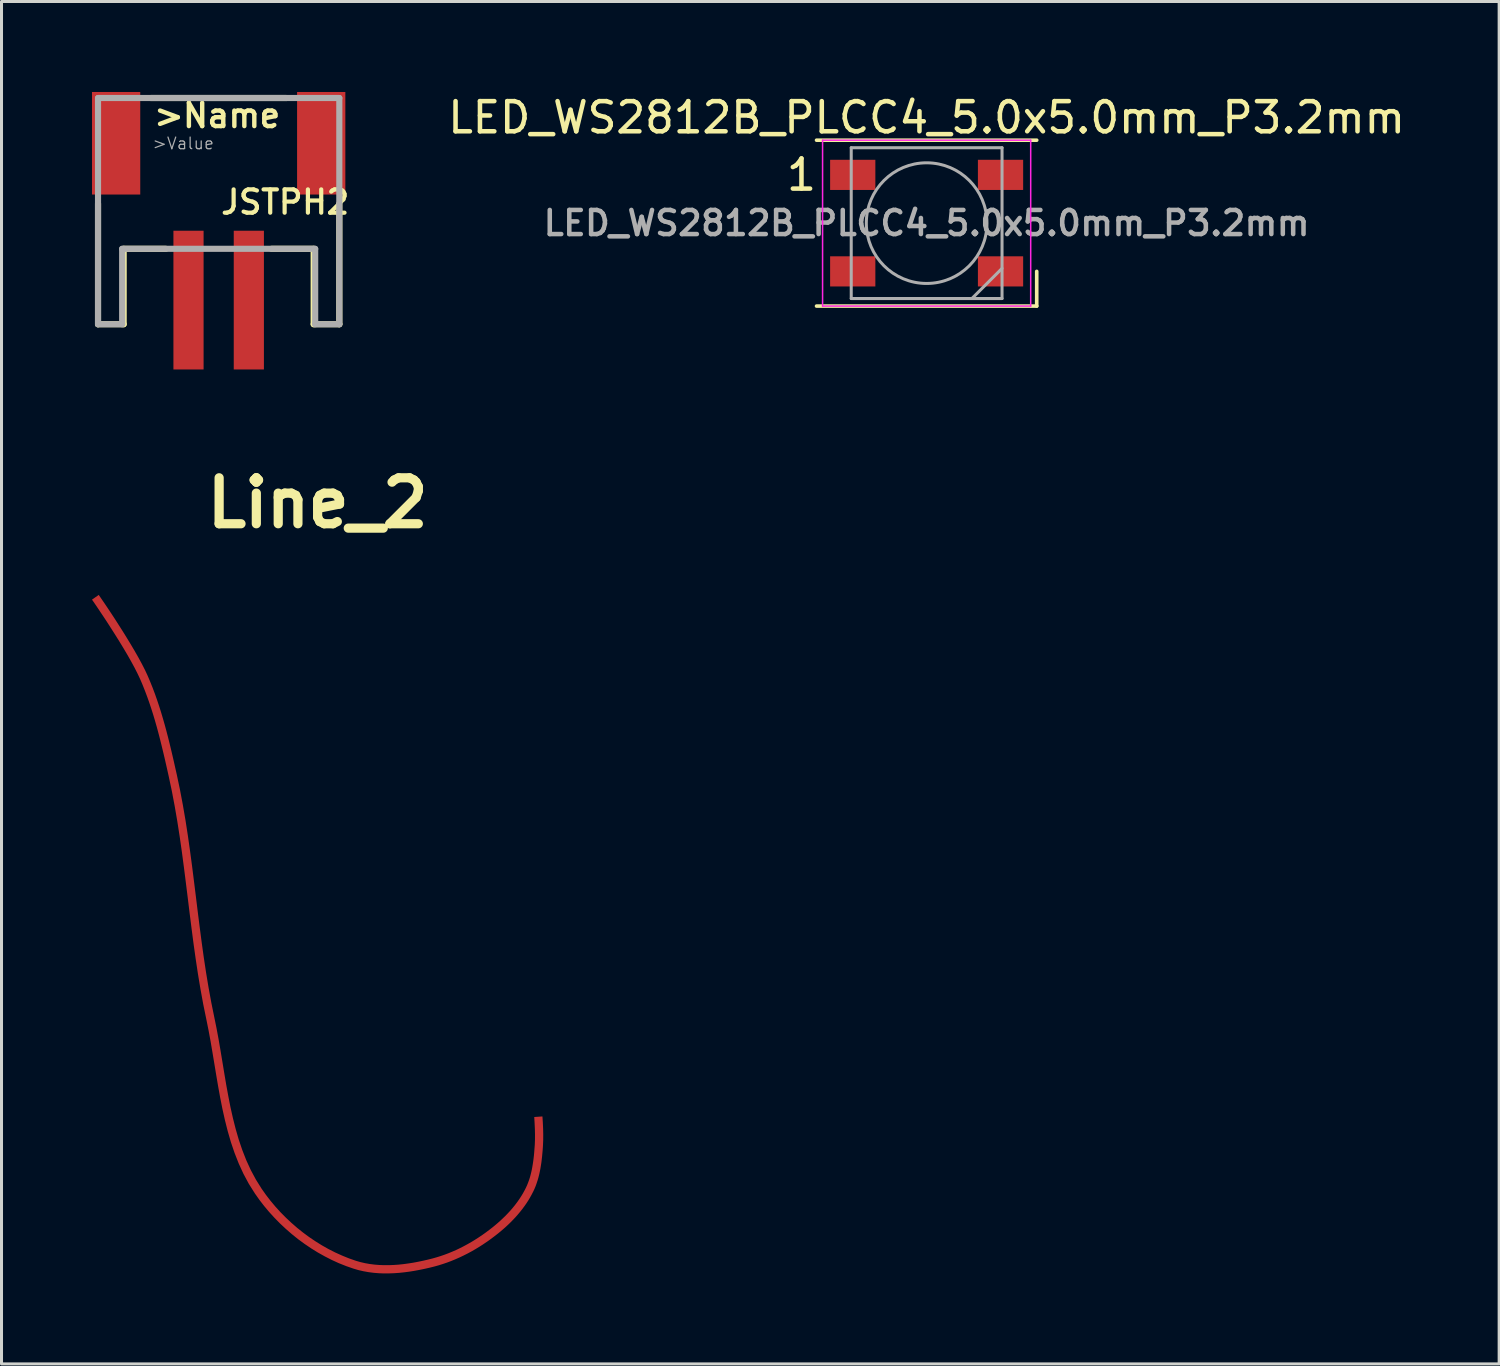
<source format=kicad_pcb>
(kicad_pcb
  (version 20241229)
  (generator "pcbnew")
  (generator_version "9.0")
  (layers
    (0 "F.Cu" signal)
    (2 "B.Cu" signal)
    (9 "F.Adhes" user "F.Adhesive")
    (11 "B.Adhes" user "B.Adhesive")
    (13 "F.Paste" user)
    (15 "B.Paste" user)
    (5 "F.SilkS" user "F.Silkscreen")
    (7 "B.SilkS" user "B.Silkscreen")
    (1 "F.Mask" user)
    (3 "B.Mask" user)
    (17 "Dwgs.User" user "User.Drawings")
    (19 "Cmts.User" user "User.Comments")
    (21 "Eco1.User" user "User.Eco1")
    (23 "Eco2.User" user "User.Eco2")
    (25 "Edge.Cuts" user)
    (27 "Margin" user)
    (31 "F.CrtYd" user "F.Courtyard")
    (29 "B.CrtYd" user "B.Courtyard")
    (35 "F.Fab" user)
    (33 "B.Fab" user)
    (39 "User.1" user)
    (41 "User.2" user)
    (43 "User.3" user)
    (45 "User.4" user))
  (footprint "JSTPH2"
    (layer "F.Cu")
    (at 4.2 3.2)
    (property "Reference" "JSTPH2" (at 0 0 0) (layer "F.SilkS") (effects (font (size 0.772 0.772) (thickness 0.139)) (justify left top)))
    (attr through_hole)
    (fp_line (start -4 4.5) (end -4 0.5) (stroke (width 0.203) (type solid)) (layer "F.SilkS"))
    (fp_line (start -3.15 2) (end -3.15 4.5) (stroke (width 0.203) (type solid)) (layer "F.SilkS"))
    (fp_line (start -3.15 4.5) (end -4 4.5) (stroke (width 0.203) (type solid)) (layer "F.SilkS"))
    (fp_line (start -2.25 -3) (end 2.25 -3) (stroke (width 0.203) (type solid)) (layer "F.SilkS"))
    (fp_line (start -1.75 2) (end -3.15 2) (stroke (width 0.203) (type solid)) (layer "F.SilkS"))
    (fp_line (start 3.15 2) (end 1.75 2) (stroke (width 0.203) (type solid)) (layer "F.SilkS"))
    (fp_line (start 3.15 4.5) (end 3.15 2) (stroke (width 0.203) (type solid)) (layer "F.SilkS"))
    (fp_line (start 4 0.5) (end 4 4.5) (stroke (width 0.203) (type solid)) (layer "F.SilkS"))
    (fp_line (start 4 4.5) (end 3.15 4.5) (stroke (width 0.203) (type solid)) (layer "F.SilkS"))
    (fp_line (start -4 -3) (end 4 -3) (stroke (width 0.203) (type solid)) (layer "F.Fab"))
    (fp_line (start -4 4.5) (end -4 -3) (stroke (width 0.203) (type solid)) (layer "F.Fab"))
    (fp_line (start -3.2 2) (end -3.2 4.5) (stroke (width 0.203) (type solid)) (layer "F.Fab"))
    (fp_line (start -3.2 4.5) (end -4 4.5) (stroke (width 0.203) (type solid)) (layer "F.Fab"))
    (fp_line (start 3.2 2) (end -3.2 2) (stroke (width 0.203) (type solid)) (layer "F.Fab"))
    (fp_line (start 3.2 4.5) (end 3.2 2) (stroke (width 0.203) (type solid)) (layer "F.Fab"))
    (fp_line (start 4 -3) (end 4 4.5) (stroke (width 0.203) (type solid)) (layer "F.Fab"))
    (fp_line (start 4 4.5) (end 3.2 4.5) (stroke (width 0.203) (type solid)) (layer "F.Fab"))
    (fp_text user ">Name" (at -2.223 -1.968 0) (layer "F.SilkS") (effects (font (size 0.772 0.772) (thickness 0.146)) (justify left bottom)))
    (fp_text user ">Value" (at -2.223 -1.27 0) (layer "F.Fab") (effects (font (size 0.386 0.386) (thickness 0.041)) (justify left bottom)))
    (pad "1" smd rect (at -1 3.7) (size 1 4.6) (layers "F.Cu" "F.Mask" "F.Paste"))
    (pad "2" smd rect (at 1 3.7) (size 1 4.6) (layers "F.Cu" "F.Mask" "F.Paste"))
    (pad "NC1" smd rect (at -3.4 -1.5 90) (size 3.4 1.6) (layers "F.Cu" "F.Mask" "F.Paste"))
    (pad "NC2" smd rect (at 3.4 -1.5 90) (size 3.4 1.6) (layers "F.Cu" "F.Mask" "F.Paste")))
  (footprint "LED_WS2812B_PLCC4_5.0x5.0mm_P3.2mm"
    (layer "F.Cu")
    (at 27.673 4.348)
    (property "Reference" "LED_WS2812B_PLCC4_5.0x5.0mm_P3.2mm" (at 0 -3.5 0) (layer "F.SilkS") (effects (font (size 1 1) (thickness 0.15))))
    (attr smd)
    (fp_line (start -3.65 -2.75) (end 3.65 -2.75) (stroke (width 0.12) (type solid)) (layer "F.SilkS"))
    (fp_line (start -3.65 2.75) (end 3.65 2.75) (stroke (width 0.12) (type solid)) (layer "F.SilkS"))
    (fp_line (start 3.65 2.75) (end 3.65 1.6) (stroke (width 0.12) (type solid)) (layer "F.SilkS"))
    (fp_line (start -3.45 -2.75) (end -3.45 2.75) (stroke (width 0.05) (type solid)) (layer "F.CrtYd"))
    (fp_line (start -3.45 2.75) (end 3.45 2.75) (stroke (width 0.05) (type solid)) (layer "F.CrtYd"))
    (fp_line (start 3.45 -2.75) (end -3.45 -2.75) (stroke (width 0.05) (type solid)) (layer "F.CrtYd"))
    (fp_line (start 3.45 2.75) (end 3.45 -2.75) (stroke (width 0.05) (type solid)) (layer "F.CrtYd"))
    (fp_line (start -2.5 -2.5) (end -2.5 2.5) (stroke (width 0.1) (type solid)) (layer "F.Fab"))
    (fp_line (start -2.5 2.5) (end 2.5 2.5) (stroke (width 0.1) (type solid)) (layer "F.Fab"))
    (fp_line (start 2.5 -2.5) (end -2.5 -2.5) (stroke (width 0.1) (type solid)) (layer "F.Fab"))
    (fp_line (start 2.5 1.5) (end 1.5 2.5) (stroke (width 0.1) (type solid)) (layer "F.Fab"))
    (fp_line (start 2.5 2.5) (end 2.5 -2.5) (stroke (width 0.1) (type solid)) (layer "F.Fab"))
    (fp_circle (center 0 0) (end 0 -2) (stroke (width 0.1) (type solid)) (fill no) (layer "F.Fab"))
    (fp_text user "1" (at -4.15 -1.6 0) (layer "F.SilkS") (effects (font (size 1 1) (thickness 0.15))))
    (fp_text user "${REFERENCE}" (at 0 0 0) (layer "F.Fab") (effects (font (size 0.8 0.8) (thickness 0.15))))
    (pad "1" smd rect (at -2.45 -1.6) (size 1.5 1) (layers "F.Cu" "F.Mask" "F.Paste"))
    (pad "2" smd rect (at -2.45 1.6) (size 1.5 1) (layers "F.Cu" "F.Mask" "F.Paste"))
    (pad "3" smd rect (at 2.45 1.6) (size 1.5 1) (layers "F.Cu" "F.Mask" "F.Paste"))
    (pad "4" smd rect (at 2.45 -1.6) (size 1.5 1) (layers "F.Cu" "F.Mask" "F.Paste")))
  (footprint "Line_2"
    (layer "F.Cu")
    (at 7.481 27.923)
    (property "Reference" "Line_2" (at 0 -14.297 0) (layer "F.SilkS") (effects (font (size 1.524 1.524) (thickness 0.305))))
    (attr smd)
    (fp_poly (pts (xy -7.256 -11.249) (xy -7.243 -11.228) (xy -7.205 -11.172) (xy -7.144 -11.083) (xy -7.063 -10.965) (xy -6.966 -10.821) (xy -6.856 -10.655) (xy -6.735 -10.471) (xy -6.607 -10.271) (xy -6.473 -10.061) (xy -6.337 -9.842) (xy -6.202 -9.62) (xy -6.07 -9.397) (xy -5.945 -9.178) (xy -5.829 -8.964) (xy -5.725 -8.761) (xy -5.636 -8.57) (xy -5.552 -8.372) (xy -5.472 -8.173) (xy -5.396 -7.972) (xy -5.325 -7.77) (xy -5.257 -7.567) (xy -5.192 -7.362) (xy -5.131 -7.157) (xy -5.072 -6.951) (xy -5.016 -6.745) (xy -4.962 -6.538) (xy -4.91 -6.33) (xy -4.86 -6.123) (xy -4.811 -5.915) (xy -4.763 -5.707) (xy -4.717 -5.5) (xy -4.67 -5.293) (xy -4.564 -4.791) (xy -4.469 -4.288) (xy -4.382 -3.784) (xy -4.304 -3.279) (xy -4.232 -2.773) (xy -4.164 -2.266) (xy -4.1 -1.759) (xy -4.037 -1.253) (xy -3.975 -0.747) (xy -3.911 -0.241) (xy -3.845 0.264) (xy -3.775 0.768) (xy -3.699 1.27) (xy -3.616 1.771) (xy -3.525 2.269) (xy -3.424 2.765) (xy -3.349 3.134) (xy -3.28 3.505) (xy -3.216 3.879) (xy -3.154 4.253) (xy -3.092 4.628) (xy -3.029 5.001) (xy -2.961 5.372) (xy -2.889 5.741) (xy -2.807 6.104) (xy -2.716 6.463) (xy -2.614 6.815) (xy -2.497 7.159) (xy -2.365 7.496) (xy -2.215 7.823) (xy -2.045 8.139) (xy -1.854 8.444) (xy -1.712 8.645) (xy -1.56 8.842) (xy -1.4 9.033) (xy -1.231 9.219) (xy -1.054 9.398) (xy -0.87 9.57) (xy -0.68 9.736) (xy -0.482 9.894) (xy -0.279 10.044) (xy -0.07 10.185) (xy 0.144 10.318) (xy 0.362 10.441) (xy 0.585 10.554) (xy 0.811 10.656) (xy 1.04 10.749) (xy 1.272 10.83) (xy 1.42 10.873) (xy 1.421 10.873) (xy 1.572 10.908) (xy 1.725 10.935) (xy 1.881 10.955) (xy 2.039 10.968) (xy 2.198 10.974) (xy 2.357 10.974) (xy 2.518 10.968) (xy 2.679 10.957) (xy 2.841 10.94) (xy 2.841 10.94) (xy 3.002 10.918) (xy 3.003 10.918) (xy 3.164 10.893) (xy 3.324 10.863) (xy 3.483 10.83) (xy 3.641 10.794) (xy 3.641 10.794) (xy 3.798 10.755) (xy 3.933 10.717) (xy 4.067 10.676) (xy 4.201 10.63) (xy 4.334 10.58) (xy 4.465 10.526) (xy 4.596 10.469) (xy 4.725 10.407) (xy 4.852 10.342) (xy 4.977 10.274) (xy 5.102 10.203) (xy 5.224 10.128) (xy 5.344 10.051) (xy 5.463 9.971) (xy 5.579 9.888) (xy 5.694 9.802) (xy 5.806 9.715) (xy 5.889 9.647) (xy 5.972 9.576) (xy 6.053 9.504) (xy 6.132 9.43) (xy 6.211 9.354) (xy 6.287 9.276) (xy 6.361 9.197) (xy 6.433 9.116) (xy 6.502 9.033) (xy 6.569 8.948) (xy 6.633 8.862) (xy 6.694 8.774) (xy 6.752 8.685) (xy 6.807 8.594) (xy 6.858 8.501) (xy 6.906 8.407) (xy 6.943 8.327) (xy 6.976 8.244) (xy 7.007 8.16) (xy 7.035 8.075) (xy 7.059 7.988) (xy 7.081 7.9) (xy 7.101 7.811) (xy 7.118 7.72) (xy 7.133 7.629) (xy 7.147 7.537) (xy 7.159 7.444) (xy 7.17 7.351) (xy 7.179 7.257) (xy 7.186 7.164) (xy 7.193 7.07) (xy 7.2 6.976) (xy 7.206 6.819) (xy 7.207 6.646) (xy 7.203 6.459) (xy 7.194 6.263) (xy 7.182 6.062) (xy 7.454 6.043) (xy 7.467 6.249) (xy 7.476 6.45) (xy 7.48 6.643) (xy 7.479 6.826) (xy 7.472 6.994) (xy 7.466 7.09) (xy 7.459 7.186) (xy 7.45 7.282) (xy 7.441 7.379) (xy 7.43 7.477) (xy 7.418 7.574) (xy 7.403 7.671) (xy 7.387 7.769) (xy 7.368 7.866) (xy 7.347 7.963) (xy 7.323 8.059) (xy 7.296 8.154) (xy 7.265 8.249) (xy 7.232 8.343) (xy 7.194 8.435) (xy 7.152 8.526) (xy 7.099 8.629) (xy 7.043 8.73) (xy 6.984 8.83) (xy 6.921 8.927) (xy 6.854 9.022) (xy 6.786 9.114) (xy 6.714 9.205) (xy 6.639 9.294) (xy 6.563 9.381) (xy 6.484 9.465) (xy 6.403 9.548) (xy 6.321 9.628) (xy 6.237 9.706) (xy 6.237 9.706) (xy 6.151 9.782) (xy 6.064 9.856) (xy 5.976 9.928) (xy 5.859 10.019) (xy 5.74 10.108) (xy 5.619 10.195) (xy 5.495 10.278) (xy 5.495 10.279) (xy 5.369 10.36) (xy 5.241 10.438) (xy 5.111 10.513) (xy 4.979 10.584) (xy 4.845 10.652) (xy 4.71 10.716) (xy 4.573 10.777) (xy 4.434 10.834) (xy 4.294 10.887) (xy 4.153 10.935) (xy 4.01 10.98) (xy 3.866 11.02) (xy 3.705 11.06) (xy 3.542 11.097) (xy 3.376 11.131) (xy 3.21 11.162) (xy 3.042 11.189) (xy 2.873 11.211) (xy 2.703 11.229) (xy 2.533 11.241) (xy 2.362 11.247) (xy 2.192 11.248) (xy 2.191 11.248) (xy 2.022 11.241) (xy 1.853 11.227) (xy 1.684 11.205) (xy 1.517 11.175) (xy 1.351 11.137) (xy 1.188 11.089) (xy 0.944 11.004) (xy 0.703 10.908) (xy 0.466 10.8) (xy 0.234 10.681) (xy 0.005 10.553) (xy -0.219 10.414) (xy -0.436 10.267) (xy -0.649 10.111) (xy -0.854 9.946) (xy -1.053 9.773) (xy -1.245 9.593) (xy -1.429 9.406) (xy -1.606 9.212) (xy -1.773 9.013) (xy -1.931 8.808) (xy -2.08 8.597) (xy -2.282 8.276) (xy -2.46 7.944) (xy -2.617 7.602) (xy -2.754 7.253) (xy -2.875 6.897) (xy -2.98 6.534) (xy -3.073 6.167) (xy -3.156 5.796) (xy -3.23 5.423) (xy -3.298 5.048) (xy -3.362 4.672) (xy -3.424 4.297) (xy -3.486 3.924) (xy -3.549 3.553) (xy -3.617 3.185) (xy -3.69 2.823) (xy -3.793 2.321) (xy -3.885 1.817) (xy -3.969 1.312) (xy -4.045 0.807) (xy -4.116 0.301) (xy -4.182 -0.206) (xy -4.246 -0.713) (xy -4.308 -1.22) (xy -4.371 -1.725) (xy -4.435 -2.231) (xy -4.502 -2.735) (xy -4.574 -3.238) (xy -4.652 -3.74) (xy -4.738 -4.24) (xy -4.832 -4.738) (xy -4.937 -5.233) (xy -4.983 -5.44) (xy -5.03 -5.647) (xy -5.077 -5.853) (xy -5.126 -6.059) (xy -5.176 -6.265) (xy -5.227 -6.47) (xy -5.28 -6.675) (xy -5.335 -6.878) (xy -5.393 -7.081) (xy -5.453 -7.282) (xy -5.517 -7.483) (xy -5.583 -7.681) (xy -5.653 -7.878) (xy -5.727 -8.074) (xy -5.804 -8.268) (xy -5.886 -8.46) (xy -5.971 -8.64) (xy -6.071 -8.837) (xy -6.184 -9.045) (xy -6.306 -9.26) (xy -6.436 -9.48) (xy -6.57 -9.7) (xy -6.704 -9.915) (xy -6.837 -10.124) (xy -6.964 -10.322) (xy -7.084 -10.505) (xy -7.194 -10.669) (xy -7.289 -10.812) (xy -7.369 -10.93) (xy -7.429 -11.018) (xy -7.468 -11.073) (xy -7.481 -11.092) (xy -7.256 -11.249)) (stroke (width 0) (type solid)) (fill yes) (layer "F.Cu")))
  (gr_rect
    (start -3 -3)
    (end 46.655 42.171)
    (stroke (width 0.1) (type default))
    (fill no)
    (layer "Edge.Cuts")))
</source>
